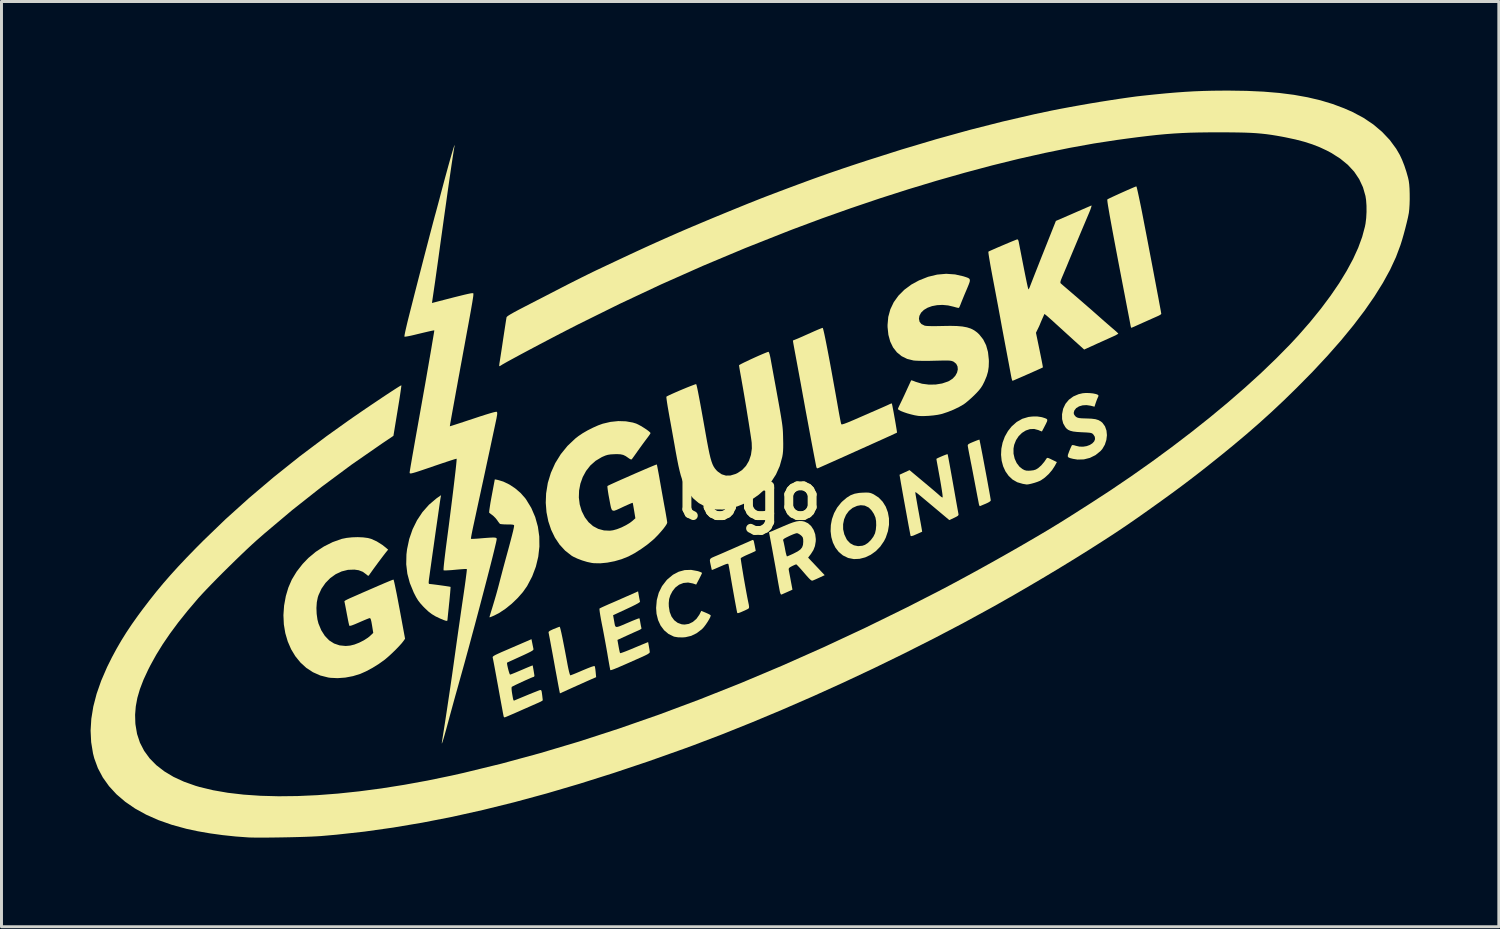
<source format=kicad_pcb>
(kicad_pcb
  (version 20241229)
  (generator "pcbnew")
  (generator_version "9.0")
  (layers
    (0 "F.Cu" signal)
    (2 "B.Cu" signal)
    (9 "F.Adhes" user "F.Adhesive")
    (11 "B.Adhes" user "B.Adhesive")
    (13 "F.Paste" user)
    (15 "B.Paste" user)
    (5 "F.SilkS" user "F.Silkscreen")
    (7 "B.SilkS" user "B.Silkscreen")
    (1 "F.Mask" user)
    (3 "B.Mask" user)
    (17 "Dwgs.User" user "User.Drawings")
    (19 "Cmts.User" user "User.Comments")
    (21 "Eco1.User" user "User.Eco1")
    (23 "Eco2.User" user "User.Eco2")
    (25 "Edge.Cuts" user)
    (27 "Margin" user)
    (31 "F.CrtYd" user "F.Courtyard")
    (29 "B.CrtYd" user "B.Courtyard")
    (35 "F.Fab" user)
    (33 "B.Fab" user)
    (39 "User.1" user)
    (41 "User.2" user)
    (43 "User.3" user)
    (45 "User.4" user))
  (footprint "logo"
    (layer "F.Cu")
    (at 22.146 13.628)
    (property "Reference" "logo" (at 0 0 0) (layer "F.SilkS") (effects (font (size 1.5 1.5) (thickness 0.3))))
    (attr board_only exclude_from_pos_files exclude_from_bom)
    (fp_poly (pts (xy 7.775 -1.878) (xy 7.782 -1.851) (xy 7.796 -1.782) (xy 7.817 -1.678) (xy 7.843 -1.543) (xy 7.874 -1.385) (xy 7.907 -1.21) (xy 7.942 -1.023) (xy 7.978 -0.831) (xy 8.014 -0.639) (xy 8.048 -0.454) (xy 8.079 -0.282) (xy 8.107 -0.129) (xy 8.13 -0.001) (xy 8.146 0.095) (xy 8.156 0.155) (xy 8.157 0.17) (xy 8.134 0.2) (xy 8.07 0.24) (xy 7.982 0.281) (xy 7.896 0.316) (xy 7.829 0.345) (xy 7.792 0.36) (xy 7.79 0.361) (xy 7.774 0.345) (xy 7.758 0.296) (xy 7.756 0.288) (xy 7.747 0.238) (xy 7.73 0.15) (xy 7.707 0.033) (xy 7.681 -0.104) (xy 7.657 -0.232) (xy 7.622 -0.415) (xy 7.582 -0.625) (xy 7.541 -0.84) (xy 7.502 -1.041) (xy 7.485 -1.123) (xy 7.457 -1.271) (xy 7.43 -1.406) (xy 7.408 -1.521) (xy 7.393 -1.605) (xy 7.385 -1.649) (xy 7.381 -1.684) (xy 7.39 -1.711) (xy 7.419 -1.735) (xy 7.476 -1.764) (xy 7.571 -1.804) (xy 7.66 -1.84) (xy 7.729 -1.866) (xy 7.77 -1.878)) (stroke (width 0) (type solid)) (fill yes) (layer "F.SilkS"))
    (fp_poly (pts (xy -6.344 4.443) (xy -6.325 4.512) (xy -6.298 4.627) (xy -6.264 4.788) (xy -6.223 4.996) (xy -6.173 5.252) (xy -6.116 5.555) (xy -6.09 5.697) (xy -6.065 5.822) (xy -6.041 5.929) (xy -6.019 6.008) (xy -6.003 6.051) (xy -5.997 6.057) (xy -5.967 6.047) (xy -5.9 6.022) (xy -5.804 5.983) (xy -5.687 5.934) (xy -5.581 5.888) (xy -5.417 5.82) (xy -5.296 5.773) (xy -5.216 5.748) (xy -5.178 5.745) (xy -5.175 5.748) (xy -5.165 5.785) (xy -5.154 5.856) (xy -5.144 5.945) (xy -5.144 5.947) (xy -5.128 6.118) (xy -5.281 6.184) (xy -5.351 6.215) (xy -5.457 6.262) (xy -5.586 6.32) (xy -5.731 6.385) (xy -5.881 6.452) (xy -5.891 6.457) (xy -6.347 6.663) (xy -6.373 6.537) (xy -6.383 6.484) (xy -6.401 6.389) (xy -6.425 6.259) (xy -6.454 6.1) (xy -6.488 5.919) (xy -6.524 5.721) (xy -6.558 5.532) (xy -6.595 5.33) (xy -6.63 5.142) (xy -6.661 4.974) (xy -6.687 4.831) (xy -6.709 4.72) (xy -6.723 4.645) (xy -6.73 4.613) (xy -6.724 4.588) (xy -6.687 4.558) (xy -6.613 4.521) (xy -6.559 4.497) (xy -6.471 4.462) (xy -6.401 4.435) (xy -6.36 4.421) (xy -6.355 4.421)) (stroke (width 0) (type solid)) (fill yes) (layer "F.SilkS"))
    (fp_poly (pts (xy -1.709 2.547) (xy -1.679 2.556) (xy -1.613 2.58) (xy -1.571 2.601) (xy -1.563 2.609) (xy -1.574 2.637) (xy -1.602 2.697) (xy -1.643 2.778) (xy -1.661 2.813) (xy -1.76 3.001) (xy -1.871 2.963) (xy -2.032 2.932) (xy -2.189 2.947) (xy -2.336 3.005) (xy -2.464 3.103) (xy -2.559 3.225) (xy -2.63 3.36) (xy -2.67 3.486) (xy -2.684 3.625) (xy -2.681 3.737) (xy -2.652 3.921) (xy -2.591 4.077) (xy -2.5 4.201) (xy -2.384 4.289) (xy -2.246 4.339) (xy -2.149 4.347) (xy -2.007 4.324) (xy -1.872 4.258) (xy -1.752 4.155) (xy -1.657 4.021) (xy -1.647 4.003) (xy -1.588 3.886) (xy -1.429 3.952) (xy -1.351 3.987) (xy -1.294 4.018) (xy -1.27 4.038) (xy -1.27 4.038) (xy -1.284 4.091) (xy -1.323 4.168) (xy -1.378 4.26) (xy -1.442 4.354) (xy -1.508 4.44) (xy -1.568 4.504) (xy -1.573 4.508) (xy -1.75 4.641) (xy -1.93 4.728) (xy -2.12 4.772) (xy -2.207 4.779) (xy -2.366 4.777) (xy -2.49 4.757) (xy -2.519 4.748) (xy -2.692 4.663) (xy -2.839 4.539) (xy -2.957 4.382) (xy -3.043 4.196) (xy -3.095 3.985) (xy -3.109 3.786) (xy -3.086 3.52) (xy -3.02 3.276) (xy -2.911 3.055) (xy -2.759 2.857) (xy -2.721 2.818) (xy -2.541 2.669) (xy -2.349 2.568) (xy -2.145 2.513) (xy -1.931 2.506)) (stroke (width 0) (type solid)) (fill yes) (layer "F.SilkS"))
    (fp_poly (pts (xy -10.363 0.07) (xy -10.369 0.105) (xy -10.381 0.183) (xy -10.398 0.299) (xy -10.419 0.448) (xy -10.444 0.623) (xy -10.472 0.819) (xy -10.503 1.032) (xy -10.535 1.255) (xy -10.567 1.483) (xy -10.599 1.711) (xy -10.631 1.934) (xy -10.661 2.146) (xy -10.688 2.342) (xy -10.713 2.516) (xy -10.733 2.663) (xy -10.749 2.777) (xy -10.759 2.851) (xy -10.766 2.929) (xy -10.76 2.969) (xy -10.742 2.981) (xy -10.696 2.984) (xy -10.617 2.993) (xy -10.516 3.006) (xy -10.403 3.021) (xy -10.289 3.037) (xy -10.184 3.052) (xy -10.099 3.065) (xy -10.044 3.075) (xy -10.029 3.079) (xy -10.029 3.105) (xy -10.034 3.173) (xy -10.042 3.275) (xy -10.054 3.405) (xy -10.068 3.556) (xy -10.077 3.639) (xy -10.093 3.798) (xy -10.108 3.94) (xy -10.12 4.059) (xy -10.129 4.148) (xy -10.134 4.198) (xy -10.135 4.207) (xy -10.146 4.222) (xy -10.183 4.22) (xy -10.251 4.198) (xy -10.355 4.155) (xy -10.38 4.144) (xy -10.532 4.072) (xy -10.66 3.995) (xy -10.78 3.903) (xy -10.905 3.784) (xy -10.96 3.728) (xy -11.049 3.628) (xy -11.122 3.533) (xy -11.187 3.427) (xy -11.256 3.293) (xy -11.269 3.267) (xy -11.399 2.951) (xy -11.483 2.637) (xy -11.521 2.318) (xy -11.514 1.988) (xy -11.493 1.812) (xy -11.42 1.467) (xy -11.307 1.14) (xy -11.157 0.836) (xy -10.973 0.559) (xy -10.756 0.314) (xy -10.51 0.105) (xy -10.461 0.07) (xy -10.348 -0.008)) (stroke (width 0) (type solid)) (fill yes) (layer "F.SilkS"))
    (fp_poly (pts (xy 13.067 -10.381) (xy 13.084 -10.315) (xy 13.108 -10.21) (xy 13.138 -10.072) (xy 13.173 -9.906) (xy 13.212 -9.717) (xy 13.254 -9.508) (xy 13.28 -9.372) (xy 13.335 -9.086) (xy 13.392 -8.792) (xy 13.449 -8.495) (xy 13.505 -8.199) (xy 13.561 -7.907) (xy 13.615 -7.624) (xy 13.666 -7.353) (xy 13.714 -7.099) (xy 13.758 -6.865) (xy 13.798 -6.656) (xy 13.831 -6.475) (xy 13.859 -6.326) (xy 13.88 -6.213) (xy 13.892 -6.14) (xy 13.897 -6.112) (xy 13.876 -6.09) (xy 13.823 -6.058) (xy 13.769 -6.033) (xy 13.702 -6.003) (xy 13.602 -5.959) (xy 13.479 -5.904) (xy 13.345 -5.844) (xy 13.268 -5.81) (xy 13.144 -5.754) (xy 13.037 -5.706) (xy 12.953 -5.669) (xy 12.9 -5.647) (xy 12.886 -5.642) (xy 12.876 -5.663) (xy 12.863 -5.716) (xy 12.86 -5.733) (xy 12.852 -5.776) (xy 12.836 -5.862) (xy 12.813 -5.984) (xy 12.783 -6.138) (xy 12.748 -6.319) (xy 12.709 -6.521) (xy 12.668 -6.738) (xy 12.639 -6.887) (xy 12.543 -7.387) (xy 12.456 -7.839) (xy 12.379 -8.246) (xy 12.311 -8.607) (xy 12.252 -8.923) (xy 12.202 -9.196) (xy 12.16 -9.426) (xy 12.128 -9.614) (xy 12.103 -9.761) (xy 12.087 -9.868) (xy 12.08 -9.935) (xy 12.08 -9.964) (xy 12.08 -9.964) (xy 12.109 -9.981) (xy 12.174 -10.013) (xy 12.267 -10.057) (xy 12.38 -10.109) (xy 12.505 -10.166) (xy 12.634 -10.224) (xy 12.76 -10.28) (xy 12.873 -10.329) (xy 12.965 -10.369) (xy 13.03 -10.395) (xy 13.057 -10.404)) (stroke (width 0) (type solid)) (fill yes) (layer "F.SilkS"))
    (fp_poly (pts (xy 4.035 -0.095) (xy 4.096 -0.085) (xy 4.155 -0.065) (xy 4.217 -0.036) (xy 4.383 0.071) (xy 4.518 0.212) (xy 4.622 0.379) (xy 4.693 0.569) (xy 4.73 0.773) (xy 4.731 0.988) (xy 4.695 1.205) (xy 4.622 1.421) (xy 4.562 1.54) (xy 4.437 1.722) (xy 4.286 1.876) (xy 4.115 1.998) (xy 3.931 2.085) (xy 3.74 2.134) (xy 3.549 2.143) (xy 3.364 2.107) (xy 3.351 2.103) (xy 3.181 2.02) (xy 3.04 1.903) (xy 2.927 1.757) (xy 2.843 1.588) (xy 2.789 1.402) (xy 2.765 1.203) (xy 2.773 1) (xy 2.778 0.969) (xy 3.186 0.969) (xy 3.187 1.14) (xy 3.226 1.311) (xy 3.303 1.473) (xy 3.323 1.504) (xy 3.423 1.609) (xy 3.548 1.678) (xy 3.689 1.707) (xy 3.834 1.694) (xy 3.921 1.664) (xy 4.021 1.599) (xy 4.12 1.502) (xy 4.204 1.389) (xy 4.26 1.275) (xy 4.261 1.271) (xy 4.288 1.15) (xy 4.3 1.007) (xy 4.296 0.865) (xy 4.275 0.746) (xy 4.274 0.742) (xy 4.222 0.622) (xy 4.146 0.507) (xy 4.059 0.417) (xy 4.036 0.4) (xy 3.913 0.342) (xy 3.78 0.329) (xy 3.655 0.352) (xy 3.505 0.419) (xy 3.38 0.522) (xy 3.284 0.653) (xy 3.219 0.804) (xy 3.186 0.969) (xy 2.778 0.969) (xy 2.811 0.796) (xy 2.882 0.597) (xy 2.985 0.41) (xy 3.121 0.24) (xy 3.168 0.194) (xy 3.307 0.076) (xy 3.437 -0.006) (xy 3.574 -0.058) (xy 3.73 -0.086) (xy 3.841 -0.093) (xy 3.954 -0.097)) (stroke (width 0) (type solid)) (fill yes) (layer "F.SilkS"))
    (fp_poly (pts (xy -8.452 -0.525) (xy -8.253 -0.466) (xy -8.05 -0.368) (xy -7.853 -0.238) (xy -7.671 -0.082) (xy -7.516 0.093) (xy -7.486 0.134) (xy -7.311 0.421) (xy -7.179 0.728) (xy -7.089 1.051) (xy -7.042 1.383) (xy -7.038 1.722) (xy -7.076 2.062) (xy -7.157 2.398) (xy -7.281 2.727) (xy -7.448 3.044) (xy -7.454 3.055) (xy -7.597 3.257) (xy -7.773 3.457) (xy -7.971 3.647) (xy -8.181 3.816) (xy -8.393 3.957) (xy -8.56 4.043) (xy -8.644 4.079) (xy -8.692 4.098) (xy -8.714 4.102) (xy -8.719 4.095) (xy -8.712 4.07) (xy -8.693 4.006) (xy -8.665 3.911) (xy -8.628 3.793) (xy -8.597 3.69) (xy -8.547 3.523) (xy -8.493 3.338) (xy -8.442 3.154) (xy -8.399 2.992) (xy -8.388 2.949) (xy -8.356 2.825) (xy -8.314 2.666) (xy -8.266 2.483) (xy -8.214 2.289) (xy -8.161 2.094) (xy -8.133 1.992) (xy -8.061 1.729) (xy -8.003 1.51) (xy -7.957 1.333) (xy -7.923 1.196) (xy -7.901 1.097) (xy -7.89 1.033) (xy -7.889 1.012) (xy -7.898 0.995) (xy -7.933 0.984) (xy -7.999 0.978) (xy -8.106 0.977) (xy -8.115 0.977) (xy -8.216 0.975) (xy -8.3 0.969) (xy -8.354 0.962) (xy -8.365 0.958) (xy -8.392 0.928) (xy -8.433 0.873) (xy -8.456 0.838) (xy -8.518 0.76) (xy -8.592 0.687) (xy -8.614 0.669) (xy -8.674 0.625) (xy -8.717 0.592) (xy -8.727 0.584) (xy -8.729 0.556) (xy -8.722 0.487) (xy -8.707 0.385) (xy -8.687 0.255) (xy -8.66 0.105) (xy -8.643 0.013) (xy -8.539 -0.541)) (stroke (width 0) (type solid)) (fill yes) (layer "F.SilkS"))
    (fp_poly (pts (xy 9.852 -2.639) (xy 9.894 -2.629) (xy 9.985 -2.6) (xy 10.04 -2.575) (xy 10.061 -2.542) (xy 10.051 -2.492) (xy 10.015 -2.414) (xy 9.985 -2.356) (xy 9.94 -2.269) (xy 9.904 -2.201) (xy 9.883 -2.161) (xy 9.879 -2.155) (xy 9.856 -2.16) (xy 9.803 -2.181) (xy 9.757 -2.201) (xy 9.617 -2.238) (xy 9.474 -2.232) (xy 9.336 -2.186) (xy 9.208 -2.106) (xy 9.096 -1.996) (xy 9.007 -1.861) (xy 8.945 -1.704) (xy 8.922 -1.578) (xy 8.923 -1.405) (xy 8.961 -1.238) (xy 9.03 -1.088) (xy 9.126 -0.964) (xy 9.224 -0.888) (xy 9.293 -0.852) (xy 9.356 -0.835) (xy 9.435 -0.832) (xy 9.489 -0.835) (xy 9.594 -0.847) (xy 9.674 -0.872) (xy 9.75 -0.918) (xy 9.854 -1.009) (xy 9.957 -1.13) (xy 10.029 -1.236) (xy 10.045 -1.258) (xy 10.067 -1.265) (xy 10.106 -1.255) (xy 10.171 -1.226) (xy 10.219 -1.202) (xy 10.382 -1.123) (xy 10.314 -0.996) (xy 10.222 -0.855) (xy 10.106 -0.719) (xy 9.976 -0.6) (xy 9.847 -0.51) (xy 9.809 -0.49) (xy 9.727 -0.457) (xy 9.628 -0.424) (xy 9.526 -0.396) (xy 9.436 -0.376) (xy 9.371 -0.368) (xy 9.356 -0.369) (xy 9.325 -0.375) (xy 9.264 -0.385) (xy 9.23 -0.391) (xy 9.048 -0.444) (xy 8.89 -0.535) (xy 8.758 -0.659) (xy 8.652 -0.809) (xy 8.573 -0.981) (xy 8.523 -1.169) (xy 8.503 -1.368) (xy 8.513 -1.573) (xy 8.555 -1.778) (xy 8.629 -1.979) (xy 8.737 -2.169) (xy 8.858 -2.321) (xy 9.029 -2.473) (xy 9.218 -2.58) (xy 9.426 -2.642) (xy 9.559 -2.657) (xy 9.721 -2.658)) (stroke (width 0) (type solid)) (fill yes) (layer "F.SilkS"))
    (fp_poly (pts (xy 0.166 1.508) (xy 0.181 1.543) (xy 0.195 1.612) (xy 0.212 1.694) (xy 0.227 1.773) (xy 0.239 1.836) (xy 0.244 1.866) (xy 0.244 1.867) (xy 0.223 1.879) (xy 0.166 1.906) (xy 0.083 1.944) (xy -0.003 1.981) (xy -0.104 2.026) (xy -0.187 2.067) (xy -0.242 2.098) (xy -0.26 2.114) (xy -0.259 2.143) (xy -0.249 2.214) (xy -0.233 2.318) (xy -0.212 2.45) (xy -0.187 2.601) (xy -0.16 2.765) (xy -0.13 2.935) (xy -0.1 3.103) (xy -0.071 3.263) (xy -0.044 3.408) (xy -0.02 3.53) (xy -0.011 3.573) (xy 0.011 3.678) (xy 0.02 3.745) (xy 0.017 3.786) (xy -0.001 3.81) (xy -0.034 3.829) (xy -0.043 3.834) (xy -0.171 3.893) (xy -0.262 3.933) (xy -0.322 3.955) (xy -0.357 3.963) (xy -0.375 3.957) (xy -0.379 3.95) (xy -0.387 3.915) (xy -0.402 3.838) (xy -0.423 3.726) (xy -0.449 3.587) (xy -0.478 3.427) (xy -0.509 3.252) (xy -0.541 3.071) (xy -0.573 2.888) (xy -0.599 2.735) (xy -0.621 2.603) (xy -0.642 2.485) (xy -0.659 2.391) (xy -0.671 2.332) (xy -0.674 2.317) (xy -0.685 2.302) (xy -0.71 2.3) (xy -0.757 2.313) (xy -0.834 2.343) (xy -0.946 2.392) (xy -0.957 2.396) (xy -1.062 2.442) (xy -1.148 2.479) (xy -1.208 2.502) (xy -1.233 2.51) (xy -1.233 2.51) (xy -1.24 2.485) (xy -1.254 2.424) (xy -1.272 2.34) (xy -1.275 2.327) (xy -1.294 2.234) (xy -1.299 2.173) (xy -1.281 2.132) (xy -1.236 2.099) (xy -1.156 2.063) (xy -1.111 2.044) (xy -1.047 2.017) (xy -0.946 1.974) (xy -0.817 1.918) (xy -0.67 1.853) (xy -0.511 1.784) (xy -0.427 1.747) (xy -0.276 1.68) (xy -0.138 1.62) (xy -0.021 1.569) (xy 0.068 1.529) (xy 0.124 1.505) (xy 0.139 1.498)) (stroke (width 0) (type solid)) (fill yes) (layer "F.SilkS"))
    (fp_poly (pts (xy 11.48 -3.446) (xy 11.599 -3.434) (xy 11.699 -3.413) (xy 11.75 -3.394) (xy 11.78 -3.371) (xy 11.78 -3.34) (xy 11.763 -3.302) (xy 11.736 -3.24) (xy 11.704 -3.155) (xy 11.689 -3.112) (xy 11.648 -2.987) (xy 11.521 -3.02) (xy 11.381 -3.041) (xy 11.247 -3.033) (xy 11.128 -2.998) (xy 11.033 -2.94) (xy 10.973 -2.863) (xy 10.965 -2.843) (xy 10.949 -2.779) (xy 10.957 -2.733) (xy 10.984 -2.691) (xy 11.02 -2.65) (xy 11.065 -2.623) (xy 11.127 -2.605) (xy 11.217 -2.596) (xy 11.344 -2.592) (xy 11.376 -2.591) (xy 11.548 -2.584) (xy 11.681 -2.567) (xy 11.784 -2.535) (xy 11.867 -2.487) (xy 11.917 -2.444) (xy 12.002 -2.326) (xy 12.052 -2.184) (xy 12.067 -2.028) (xy 12.048 -1.867) (xy 11.997 -1.709) (xy 11.913 -1.565) (xy 11.847 -1.49) (xy 11.682 -1.357) (xy 11.493 -1.264) (xy 11.29 -1.213) (xy 11.08 -1.207) (xy 10.929 -1.231) (xy 10.83 -1.256) (xy 10.771 -1.281) (xy 10.748 -1.316) (xy 10.755 -1.371) (xy 10.787 -1.458) (xy 10.799 -1.49) (xy 10.835 -1.578) (xy 10.867 -1.648) (xy 10.887 -1.688) (xy 10.89 -1.692) (xy 10.922 -1.696) (xy 10.982 -1.684) (xy 11.013 -1.673) (xy 11.14 -1.644) (xy 11.266 -1.641) (xy 11.385 -1.66) (xy 11.491 -1.699) (xy 11.577 -1.754) (xy 11.638 -1.82) (xy 11.667 -1.895) (xy 11.659 -1.974) (xy 11.618 -2.041) (xy 11.592 -2.07) (xy 11.565 -2.09) (xy 11.528 -2.103) (xy 11.472 -2.112) (xy 11.388 -2.119) (xy 11.267 -2.125) (xy 11.231 -2.126) (xy 11.061 -2.137) (xy 10.932 -2.152) (xy 10.835 -2.176) (xy 10.761 -2.209) (xy 10.704 -2.255) (xy 10.667 -2.299) (xy 10.594 -2.426) (xy 10.558 -2.569) (xy 10.556 -2.733) (xy 10.593 -2.918) (xy 10.671 -3.083) (xy 10.786 -3.222) (xy 10.936 -3.332) (xy 11.115 -3.409) (xy 11.25 -3.44) (xy 11.358 -3.449)) (stroke (width 0) (type solid)) (fill yes) (layer "F.SilkS"))
    (fp_poly (pts (xy -3.689 3.385) (xy -3.673 3.471) (xy -3.659 3.54) (xy -3.65 3.573) (xy -3.663 3.594) (xy -3.715 3.629) (xy -3.807 3.679) (xy -3.942 3.746) (xy -4.097 3.819) (xy -4.557 4.032) (xy -4.52 4.24) (xy -4.507 4.317) (xy -4.495 4.374) (xy -4.478 4.41) (xy -4.449 4.427) (xy -4.403 4.424) (xy -4.334 4.402) (xy -4.234 4.361) (xy -4.097 4.302) (xy -4.026 4.272) (xy -3.907 4.221) (xy -3.804 4.18) (xy -3.726 4.15) (xy -3.681 4.136) (xy -3.672 4.135) (xy -3.663 4.163) (xy -3.65 4.225) (xy -3.637 4.3) (xy -3.622 4.383) (xy -3.608 4.446) (xy -3.6 4.474) (xy -3.613 4.494) (xy -3.66 4.523) (xy -3.705 4.544) (xy -3.773 4.574) (xy -3.872 4.618) (xy -3.989 4.671) (xy -4.112 4.727) (xy -4.116 4.729) (xy -4.411 4.864) (xy -4.373 5.08) (xy -4.355 5.177) (xy -4.338 5.255) (xy -4.325 5.302) (xy -4.321 5.31) (xy -4.295 5.306) (xy -4.232 5.285) (xy -4.14 5.251) (xy -4.027 5.206) (xy -3.954 5.176) (xy -3.823 5.121) (xy -3.698 5.069) (xy -3.591 5.024) (xy -3.512 4.992) (xy -3.49 4.983) (xy -3.378 4.937) (xy -3.35 5.091) (xy -3.335 5.177) (xy -3.325 5.247) (xy -3.322 5.281) (xy -3.343 5.309) (xy -3.401 5.348) (xy -3.486 5.391) (xy -3.755 5.512) (xy -3.982 5.613) (xy -4.17 5.696) (xy -4.323 5.762) (xy -4.443 5.813) (xy -4.533 5.849) (xy -4.595 5.871) (xy -4.634 5.881) (xy -4.651 5.88) (xy -4.652 5.878) (xy -4.658 5.847) (xy -4.672 5.774) (xy -4.691 5.668) (xy -4.714 5.537) (xy -4.74 5.387) (xy -4.75 5.324) (xy -4.785 5.127) (xy -4.825 4.906) (xy -4.867 4.679) (xy -4.907 4.467) (xy -4.938 4.314) (xy -4.966 4.166) (xy -4.989 4.034) (xy -5.006 3.926) (xy -5.015 3.849) (xy -5.016 3.811) (xy -5.015 3.808) (xy -4.986 3.792) (xy -4.921 3.76) (xy -4.83 3.719) (xy -4.722 3.671) (xy -4.714 3.667) (xy -4.585 3.612) (xy -4.429 3.544) (xy -4.264 3.471) (xy -4.108 3.402) (xy -4.075 3.388) (xy -3.716 3.229)) (stroke (width 0) (type solid)) (fill yes) (layer "F.SilkS"))
    (fp_poly (pts (xy 6.71 -1.363) (xy 6.724 -1.294) (xy 6.744 -1.188) (xy 6.77 -1.049) (xy 6.8 -0.882) (xy 6.834 -0.693) (xy 6.871 -0.486) (xy 6.886 -0.402) (xy 6.924 -0.188) (xy 6.959 0.012) (xy 6.991 0.194) (xy 7.019 0.35) (xy 7.042 0.477) (xy 7.059 0.569) (xy 7.068 0.619) (xy 7.07 0.627) (xy 7.07 0.657) (xy 7.05 0.685) (xy 7 0.716) (xy 6.922 0.755) (xy 6.761 0.83) (xy 6.259 0.409) (xy 6.086 0.264) (xy 5.947 0.148) (xy 5.839 0.057) (xy 5.757 -0.011) (xy 5.698 -0.059) (xy 5.658 -0.089) (xy 5.634 -0.106) (xy 5.621 -0.11) (xy 5.617 -0.106) (xy 5.617 -0.095) (xy 5.619 -0.082) (xy 5.619 -0.081) (xy 5.623 -0.046) (xy 5.636 0.031) (xy 5.655 0.141) (xy 5.679 0.279) (xy 5.707 0.438) (xy 5.736 0.592) (xy 5.766 0.76) (xy 5.794 0.912) (xy 5.817 1.04) (xy 5.834 1.138) (xy 5.844 1.201) (xy 5.847 1.221) (xy 5.825 1.231) (xy 5.769 1.256) (xy 5.689 1.292) (xy 5.656 1.306) (xy 5.555 1.35) (xy 5.491 1.369) (xy 5.461 1.366) (xy 5.458 1.361) (xy 5.451 1.331) (xy 5.437 1.259) (xy 5.417 1.152) (xy 5.391 1.016) (xy 5.362 0.857) (xy 5.33 0.681) (xy 5.296 0.494) (xy 5.261 0.302) (xy 5.226 0.11) (xy 5.193 -0.074) (xy 5.163 -0.245) (xy 5.136 -0.397) (xy 5.114 -0.525) (xy 5.098 -0.621) (xy 5.088 -0.68) (xy 5.086 -0.696) (xy 5.11 -0.708) (xy 5.166 -0.734) (xy 5.244 -0.77) (xy 5.257 -0.776) (xy 5.422 -0.852) (xy 5.892 -0.459) (xy 6.026 -0.347) (xy 6.152 -0.241) (xy 6.263 -0.147) (xy 6.353 -0.07) (xy 6.416 -0.015) (xy 6.441 0.008) (xy 6.491 0.05) (xy 6.527 0.069) (xy 6.534 0.068) (xy 6.537 0.037) (xy 6.529 -0.043) (xy 6.511 -0.17) (xy 6.483 -0.344) (xy 6.445 -0.566) (xy 6.398 -0.824) (xy 6.374 -0.957) (xy 6.353 -1.072) (xy 6.337 -1.161) (xy 6.328 -1.216) (xy 6.326 -1.23) (xy 6.346 -1.244) (xy 6.4 -1.271) (xy 6.473 -1.303) (xy 6.553 -1.337) (xy 6.627 -1.366) (xy 6.681 -1.385) (xy 6.704 -1.388)) (stroke (width 0) (type solid)) (fill yes) (layer "F.SilkS"))
    (fp_poly (pts (xy 2.509 -5.618) (xy 2.528 -5.547) (xy 2.555 -5.43) (xy 2.589 -5.268) (xy 2.63 -5.061) (xy 2.678 -4.813) (xy 2.733 -4.522) (xy 2.794 -4.191) (xy 2.861 -3.819) (xy 2.935 -3.41) (xy 3.014 -2.963) (xy 3.044 -2.792) (xy 3.068 -2.662) (xy 3.09 -2.548) (xy 3.108 -2.459) (xy 3.122 -2.405) (xy 3.126 -2.394) (xy 3.156 -2.392) (xy 3.228 -2.413) (xy 3.344 -2.457) (xy 3.503 -2.524) (xy 3.544 -2.541) (xy 3.713 -2.615) (xy 3.904 -2.698) (xy 4.097 -2.783) (xy 4.273 -2.859) (xy 4.328 -2.883) (xy 4.458 -2.94) (xy 4.576 -2.992) (xy 4.672 -3.035) (xy 4.739 -3.066) (xy 4.764 -3.078) (xy 4.807 -3.095) (xy 4.826 -3.095) (xy 4.833 -3.069) (xy 4.847 -3.005) (xy 4.865 -2.91) (xy 4.887 -2.794) (xy 4.91 -2.665) (xy 4.934 -2.532) (xy 4.956 -2.404) (xy 4.975 -2.289) (xy 4.99 -2.197) (xy 4.999 -2.135) (xy 5 -2.114) (xy 4.977 -2.103) (xy 4.918 -2.076) (xy 4.83 -2.035) (xy 4.721 -1.985) (xy 4.665 -1.96) (xy 4.591 -1.926) (xy 4.482 -1.877) (xy 4.345 -1.815) (xy 4.184 -1.743) (xy 4.005 -1.662) (xy 3.813 -1.576) (xy 3.613 -1.486) (xy 3.411 -1.395) (xy 3.211 -1.305) (xy 3.019 -1.219) (xy 2.84 -1.139) (xy 2.68 -1.068) (xy 2.543 -1.007) (xy 2.435 -0.959) (xy 2.361 -0.926) (xy 2.327 -0.911) (xy 2.3 -0.922) (xy 2.285 -0.956) (xy 2.274 -1.007) (xy 2.256 -1.1) (xy 2.231 -1.23) (xy 2.2 -1.391) (xy 2.165 -1.576) (xy 2.126 -1.781) (xy 2.085 -1.999) (xy 2.043 -2.225) (xy 2.001 -2.453) (xy 1.959 -2.677) (xy 1.919 -2.892) (xy 1.883 -3.091) (xy 1.851 -3.269) (xy 1.845 -3.297) (xy 1.805 -3.52) (xy 1.761 -3.763) (xy 1.715 -4.01) (xy 1.671 -4.249) (xy 1.631 -4.466) (xy 1.601 -4.627) (xy 1.571 -4.789) (xy 1.544 -4.934) (xy 1.522 -5.055) (xy 1.506 -5.147) (xy 1.498 -5.202) (xy 1.496 -5.215) (xy 1.52 -5.225) (xy 1.575 -5.247) (xy 1.605 -5.259) (xy 1.662 -5.282) (xy 1.754 -5.322) (xy 1.869 -5.373) (xy 1.999 -5.431) (xy 2.087 -5.47) (xy 2.214 -5.527) (xy 2.327 -5.576) (xy 2.417 -5.613) (xy 2.477 -5.636) (xy 2.498 -5.642)) (stroke (width 0) (type solid)) (fill yes) (layer "F.SilkS"))
    (fp_poly (pts (xy 1.8 0.863) (xy 1.881 0.879) (xy 2.005 0.937) (xy 2.111 1.033) (xy 2.193 1.159) (xy 2.247 1.308) (xy 2.267 1.47) (xy 2.264 1.548) (xy 2.238 1.705) (xy 2.186 1.839) (xy 2.101 1.973) (xy 2.092 1.984) (xy 2.008 2.094) (xy 2.287 2.389) (xy 2.566 2.684) (xy 2.383 2.769) (xy 2.291 2.811) (xy 2.213 2.845) (xy 2.161 2.866) (xy 2.154 2.868) (xy 2.128 2.866) (xy 2.091 2.842) (xy 2.038 2.792) (xy 1.965 2.712) (xy 1.869 2.601) (xy 1.785 2.504) (xy 1.71 2.42) (xy 1.652 2.359) (xy 1.616 2.325) (xy 1.608 2.32) (xy 1.575 2.33) (xy 1.515 2.357) (xy 1.465 2.381) (xy 1.396 2.419) (xy 1.362 2.449) (xy 1.354 2.483) (xy 1.357 2.51) (xy 1.366 2.559) (xy 1.382 2.645) (xy 1.403 2.754) (xy 1.425 2.874) (xy 1.481 3.172) (xy 1.308 3.25) (xy 1.222 3.288) (xy 1.152 3.319) (xy 1.111 3.337) (xy 1.107 3.338) (xy 1.085 3.323) (xy 1.063 3.265) (xy 1.053 3.22) (xy 1.041 3.155) (xy 1.022 3.053) (xy 0.998 2.922) (xy 0.972 2.771) (xy 0.944 2.612) (xy 0.94 2.589) (xy 0.907 2.4) (xy 0.869 2.193) (xy 0.831 1.984) (xy 0.796 1.791) (xy 0.772 1.665) (xy 0.742 1.502) (xy 1.166 1.502) (xy 1.171 1.524) (xy 1.184 1.569) (xy 1.201 1.65) (xy 1.222 1.752) (xy 1.233 1.813) (xy 1.253 1.914) (xy 1.273 1.994) (xy 1.289 2.042) (xy 1.297 2.052) (xy 1.327 2.042) (xy 1.39 2.015) (xy 1.475 1.977) (xy 1.525 1.953) (xy 1.657 1.884) (xy 1.748 1.819) (xy 1.805 1.749) (xy 1.835 1.666) (xy 1.844 1.562) (xy 1.844 1.555) (xy 1.841 1.471) (xy 1.829 1.417) (xy 1.799 1.374) (xy 1.764 1.341) (xy 1.702 1.297) (xy 1.645 1.272) (xy 1.63 1.27) (xy 1.585 1.28) (xy 1.509 1.307) (xy 1.415 1.347) (xy 1.364 1.371) (xy 1.266 1.419) (xy 1.205 1.453) (xy 1.174 1.479) (xy 1.166 1.502) (xy 0.742 1.502) (xy 0.692 1.241) (xy 0.753 1.218) (xy 0.796 1.201) (xy 0.874 1.167) (xy 0.978 1.122) (xy 1.1 1.07) (xy 1.177 1.036) (xy 1.355 0.961) (xy 1.498 0.908) (xy 1.614 0.875) (xy 1.712 0.861)) (stroke (width 0) (type solid)) (fill yes) (layer "F.SilkS"))
    (fp_poly (pts (xy -7.277 4.978) (xy -7.26 5.063) (xy -7.245 5.136) (xy -7.238 5.167) (xy -7.238 5.186) (xy -7.252 5.207) (xy -7.285 5.232) (xy -7.342 5.264) (xy -7.428 5.307) (xy -7.55 5.365) (xy -7.673 5.421) (xy -7.809 5.483) (xy -7.929 5.538) (xy -8.027 5.582) (xy -8.094 5.614) (xy -8.125 5.628) (xy -8.127 5.629) (xy -8.128 5.656) (xy -8.119 5.715) (xy -8.102 5.794) (xy -8.081 5.879) (xy -8.059 5.955) (xy -8.039 6.011) (xy -8.026 6.032) (xy -7.995 6.023) (xy -7.928 5.997) (xy -7.832 5.958) (xy -7.717 5.909) (xy -7.634 5.874) (xy -7.511 5.821) (xy -7.406 5.777) (xy -7.325 5.744) (xy -7.276 5.725) (xy -7.265 5.722) (xy -7.259 5.748) (xy -7.248 5.808) (xy -7.234 5.886) (xy -7.221 5.967) (xy -7.21 6.035) (xy -7.205 6.075) (xy -7.205 6.078) (xy -7.221 6.104) (xy -7.228 6.106) (xy -7.258 6.116) (xy -7.323 6.142) (xy -7.413 6.182) (xy -7.519 6.229) (xy -7.632 6.28) (xy -7.742 6.332) (xy -7.84 6.378) (xy -7.916 6.416) (xy -7.961 6.44) (xy -7.969 6.446) (xy -7.976 6.478) (xy -7.973 6.544) (xy -7.963 6.63) (xy -7.962 6.633) (xy -7.942 6.754) (xy -7.927 6.835) (xy -7.915 6.882) (xy -7.903 6.903) (xy -7.889 6.906) (xy -7.882 6.903) (xy -7.773 6.857) (xy -7.648 6.805) (xy -7.515 6.75) (xy -7.383 6.695) (xy -7.259 6.645) (xy -7.152 6.603) (xy -7.071 6.571) (xy -7.025 6.554) (xy -7.019 6.553) (xy -6.991 6.551) (xy -6.973 6.566) (xy -6.96 6.61) (xy -6.949 6.691) (xy -6.946 6.708) (xy -6.936 6.795) (xy -6.928 6.862) (xy -6.925 6.895) (xy -6.925 6.895) (xy -6.945 6.914) (xy -6.999 6.944) (xy -7.076 6.98) (xy -7.083 6.983) (xy -7.154 7.014) (xy -7.261 7.061) (xy -7.392 7.119) (xy -7.54 7.184) (xy -7.693 7.252) (xy -7.717 7.263) (xy -7.859 7.325) (xy -7.986 7.38) (xy -8.091 7.425) (xy -8.167 7.457) (xy -8.208 7.472) (xy -8.213 7.473) (xy -8.236 7.454) (xy -8.24 7.443) (xy -8.245 7.422) (xy -8.254 7.377) (xy -8.268 7.306) (xy -8.286 7.205) (xy -8.311 7.071) (xy -8.342 6.902) (xy -8.38 6.695) (xy -8.425 6.445) (xy -8.479 6.152) (xy -8.487 6.106) (xy -8.518 5.938) (xy -8.546 5.785) (xy -8.571 5.653) (xy -8.591 5.549) (xy -8.605 5.481) (xy -8.61 5.458) (xy -8.611 5.44) (xy -8.599 5.421) (xy -8.568 5.398) (xy -8.515 5.368) (xy -8.432 5.329) (xy -8.316 5.276) (xy -8.16 5.209) (xy -8.143 5.202) (xy -7.987 5.134) (xy -7.834 5.068) (xy -7.694 5.008) (xy -7.577 4.957) (xy -7.493 4.921) (xy -7.484 4.917) (xy -7.305 4.839)) (stroke (width 0) (type solid)) (fill yes) (layer "F.SilkS"))
    (fp_poly (pts (xy 0.691 -4.813) (xy 0.711 -4.754) (xy 0.732 -4.667) (xy 0.741 -4.622) (xy 0.81 -4.243) (xy 0.871 -3.909) (xy 0.925 -3.616) (xy 0.971 -3.361) (xy 1.011 -3.141) (xy 1.045 -2.952) (xy 1.073 -2.791) (xy 1.096 -2.655) (xy 1.114 -2.54) (xy 1.129 -2.443) (xy 1.14 -2.361) (xy 1.148 -2.29) (xy 1.154 -2.227) (xy 1.158 -2.169) (xy 1.161 -2.112) (xy 1.163 -2.053) (xy 1.165 -1.989) (xy 1.166 -1.926) (xy 1.17 -1.746) (xy 1.169 -1.605) (xy 1.164 -1.491) (xy 1.154 -1.393) (xy 1.138 -1.301) (xy 1.137 -1.294) (xy 1.052 -0.987) (xy 0.925 -0.704) (xy 0.755 -0.441) (xy 0.55 -0.206) (xy 0.345 -0.023) (xy 0.117 0.136) (xy -0.125 0.267) (xy -0.374 0.369) (xy -0.624 0.439) (xy -0.867 0.474) (xy -1.096 0.472) (xy -1.221 0.452) (xy -1.462 0.374) (xy -1.677 0.255) (xy -1.865 0.095) (xy -2.024 -0.103) (xy -2.133 -0.293) (xy -2.185 -0.409) (xy -2.232 -0.532) (xy -2.276 -0.667) (xy -2.317 -0.823) (xy -2.359 -1.006) (xy -2.402 -1.222) (xy -2.45 -1.479) (xy -2.456 -1.514) (xy -2.486 -1.686) (xy -2.523 -1.892) (xy -2.563 -2.116) (xy -2.604 -2.345) (xy -2.644 -2.564) (xy -2.662 -2.662) (xy -2.692 -2.834) (xy -2.719 -2.989) (xy -2.74 -3.122) (xy -2.755 -3.227) (xy -2.763 -3.296) (xy -2.763 -3.324) (xy -2.763 -3.324) (xy -2.73 -3.344) (xy -2.661 -3.378) (xy -2.565 -3.422) (xy -2.45 -3.473) (xy -2.323 -3.528) (xy -2.192 -3.583) (xy -2.066 -3.635) (xy -1.952 -3.68) (xy -1.858 -3.716) (xy -1.792 -3.74) (xy -1.761 -3.747) (xy -1.76 -3.746) (xy -1.749 -3.715) (xy -1.73 -3.638) (xy -1.704 -3.515) (xy -1.671 -3.345) (xy -1.63 -3.129) (xy -1.582 -2.866) (xy -1.526 -2.555) (xy -1.462 -2.196) (xy -1.441 -2.076) (xy -1.394 -1.813) (xy -1.352 -1.594) (xy -1.315 -1.413) (xy -1.28 -1.266) (xy -1.245 -1.146) (xy -1.21 -1.05) (xy -1.172 -0.972) (xy -1.13 -0.908) (xy -1.083 -0.851) (xy -1.031 -0.801) (xy -0.901 -0.711) (xy -0.76 -0.668) (xy -0.607 -0.671) (xy -0.439 -0.721) (xy -0.379 -0.748) (xy -0.216 -0.854) (xy -0.083 -0.995) (xy 0.018 -1.167) (xy 0.084 -1.364) (xy 0.114 -1.582) (xy 0.109 -1.771) (xy 0.101 -1.839) (xy 0.085 -1.95) (xy 0.063 -2.096) (xy 0.036 -2.271) (xy 0.005 -2.469) (xy -0.03 -2.684) (xy -0.066 -2.908) (xy -0.104 -3.137) (xy -0.142 -3.363) (xy -0.179 -3.58) (xy -0.215 -3.782) (xy -0.244 -3.95) (xy -0.269 -4.086) (xy -0.29 -4.205) (xy -0.306 -4.301) (xy -0.315 -4.363) (xy -0.318 -4.382) (xy -0.296 -4.398) (xy -0.238 -4.43) (xy -0.151 -4.474) (xy -0.041 -4.526) (xy 0.081 -4.584) (xy 0.21 -4.643) (xy 0.337 -4.7) (xy 0.455 -4.751) (xy 0.555 -4.793) (xy 0.63 -4.822) (xy 0.672 -4.835) (xy 0.675 -4.836)) (stroke (width 0) (type solid)) (fill yes) (layer "F.SilkS"))
    (fp_poly (pts (xy -12.972 1.412) (xy -12.811 1.433) (xy -12.703 1.462) (xy -12.514 1.547) (xy -12.323 1.667) (xy -12.213 1.754) (xy -12.13 1.825) (xy -12.208 1.92) (xy -12.249 1.972) (xy -12.309 2.051) (xy -12.383 2.149) (xy -12.464 2.257) (xy -12.546 2.369) (xy -12.624 2.475) (xy -12.691 2.569) (xy -12.742 2.64) (xy -12.771 2.683) (xy -12.773 2.687) (xy -12.793 2.705) (xy -12.822 2.694) (xy -12.863 2.659) (xy -12.983 2.571) (xy -13.121 2.518) (xy -13.265 2.497) (xy -13.483 2.505) (xy -13.695 2.558) (xy -13.895 2.651) (xy -14.078 2.782) (xy -14.239 2.946) (xy -14.373 3.139) (xy -14.474 3.358) (xy -14.498 3.431) (xy -14.531 3.596) (xy -14.544 3.788) (xy -14.536 3.988) (xy -14.509 4.181) (xy -14.475 4.313) (xy -14.38 4.541) (xy -14.26 4.729) (xy -14.117 4.878) (xy -13.951 4.984) (xy -13.764 5.048) (xy -13.559 5.068) (xy -13.409 5.055) (xy -13.264 5.019) (xy -13.104 4.957) (xy -12.947 4.877) (xy -12.809 4.788) (xy -12.741 4.732) (xy -12.631 4.628) (xy -12.671 4.378) (xy -12.692 4.259) (xy -12.71 4.183) (xy -12.727 4.142) (xy -12.747 4.129) (xy -12.748 4.129) (xy -12.783 4.139) (xy -12.853 4.166) (xy -12.949 4.206) (xy -13.063 4.255) (xy -13.103 4.273) (xy -13.25 4.336) (xy -13.354 4.376) (xy -13.416 4.391) (xy -13.436 4.387) (xy -13.445 4.354) (xy -13.462 4.283) (xy -13.483 4.182) (xy -13.506 4.06) (xy -13.517 4.005) (xy -13.541 3.876) (xy -13.563 3.76) (xy -13.581 3.668) (xy -13.593 3.61) (xy -13.595 3.598) (xy -13.6 3.583) (xy -13.602 3.571) (xy -13.598 3.558) (xy -13.582 3.544) (xy -13.551 3.525) (xy -13.499 3.499) (xy -13.423 3.463) (xy -13.318 3.417) (xy -13.179 3.356) (xy -13.003 3.278) (xy -12.908 3.237) (xy -12.648 3.124) (xy -12.432 3.03) (xy -12.257 2.955) (xy -12.123 2.899) (xy -12.027 2.86) (xy -11.97 2.838) (xy -11.949 2.833) (xy -11.941 2.856) (xy -11.924 2.923) (xy -11.901 3.027) (xy -11.873 3.164) (xy -11.839 3.33) (xy -11.803 3.518) (xy -11.764 3.725) (xy -11.744 3.828) (xy -11.56 4.824) (xy -11.611 4.897) (xy -11.672 4.975) (xy -11.762 5.075) (xy -11.871 5.188) (xy -11.989 5.303) (xy -12.107 5.412) (xy -12.215 5.505) (xy -12.248 5.532) (xy -12.445 5.673) (xy -12.659 5.806) (xy -12.876 5.922) (xy -13.07 6.008) (xy -13.313 6.083) (xy -13.572 6.132) (xy -13.833 6.151) (xy -14.078 6.139) (xy -14.147 6.129) (xy -14.415 6.061) (xy -14.662 5.951) (xy -14.885 5.805) (xy -15.083 5.624) (xy -15.254 5.413) (xy -15.397 5.176) (xy -15.51 4.915) (xy -15.592 4.635) (xy -15.641 4.339) (xy -15.655 4.03) (xy -15.633 3.711) (xy -15.574 3.388) (xy -15.489 3.102) (xy -15.372 2.832) (xy -15.21 2.565) (xy -15.01 2.308) (xy -14.815 2.105) (xy -14.565 1.897) (xy -14.289 1.717) (xy -13.997 1.571) (xy -13.701 1.466) (xy -13.684 1.461) (xy -13.524 1.429) (xy -13.342 1.41) (xy -13.154 1.404)) (stroke (width 0) (type solid)) (fill yes) (layer "F.SilkS"))
    (fp_poly (pts (xy 6.955 -7.44) (xy 7.23 -7.378) (xy 7.327 -7.347) (xy 7.396 -7.321) (xy 7.438 -7.292) (xy 7.454 -7.251) (xy 7.447 -7.191) (xy 7.417 -7.106) (xy 7.368 -6.986) (xy 7.335 -6.908) (xy 7.279 -6.777) (xy 7.227 -6.651) (xy 7.183 -6.543) (xy 7.151 -6.463) (xy 7.143 -6.441) (xy 7.115 -6.372) (xy 7.092 -6.325) (xy 7.083 -6.314) (xy 7.053 -6.315) (xy 6.991 -6.329) (xy 6.914 -6.351) (xy 6.721 -6.396) (xy 6.531 -6.414) (xy 6.348 -6.405) (xy 6.179 -6.373) (xy 6.029 -6.319) (xy 5.905 -6.245) (xy 5.811 -6.153) (xy 5.754 -6.045) (xy 5.739 -5.948) (xy 5.76 -5.846) (xy 5.821 -5.77) (xy 5.925 -5.718) (xy 5.937 -5.714) (xy 5.993 -5.706) (xy 6.093 -5.701) (xy 6.231 -5.699) (xy 6.402 -5.701) (xy 6.533 -5.704) (xy 6.796 -5.708) (xy 7.017 -5.703) (xy 7.202 -5.687) (xy 7.357 -5.658) (xy 7.487 -5.616) (xy 7.599 -5.558) (xy 7.699 -5.485) (xy 7.767 -5.421) (xy 7.902 -5.251) (xy 8 -5.055) (xy 8.063 -4.829) (xy 8.091 -4.571) (xy 8.093 -4.506) (xy 8.087 -4.328) (xy 8.064 -4.171) (xy 8.019 -4.015) (xy 7.947 -3.843) (xy 7.932 -3.812) (xy 7.881 -3.711) (xy 7.827 -3.626) (xy 7.761 -3.541) (xy 7.673 -3.445) (xy 7.611 -3.383) (xy 7.511 -3.287) (xy 7.406 -3.194) (xy 7.311 -3.115) (xy 7.241 -3.064) (xy 7.089 -2.977) (xy 6.907 -2.889) (xy 6.714 -2.811) (xy 6.528 -2.749) (xy 6.483 -2.737) (xy 6.366 -2.713) (xy 6.221 -2.693) (xy 6.064 -2.679) (xy 5.912 -2.672) (xy 5.782 -2.673) (xy 5.715 -2.678) (xy 5.597 -2.698) (xy 5.472 -2.728) (xy 5.346 -2.763) (xy 5.231 -2.802) (xy 5.134 -2.84) (xy 5.065 -2.875) (xy 5.032 -2.905) (xy 5.031 -2.91) (xy 5.041 -2.942) (xy 5.069 -3.003) (xy 5.107 -3.082) (xy 5.108 -3.084) (xy 5.147 -3.164) (xy 5.2 -3.275) (xy 5.26 -3.403) (xy 5.32 -3.534) (xy 5.328 -3.552) (xy 5.38 -3.665) (xy 5.425 -3.762) (xy 5.458 -3.834) (xy 5.477 -3.872) (xy 5.479 -3.876) (xy 5.504 -3.871) (xy 5.561 -3.852) (xy 5.634 -3.823) (xy 5.843 -3.76) (xy 6.069 -3.731) (xy 6.298 -3.733) (xy 6.519 -3.769) (xy 6.718 -3.836) (xy 6.757 -3.855) (xy 6.875 -3.933) (xy 6.963 -4.028) (xy 7.021 -4.133) (xy 7.047 -4.24) (xy 7.038 -4.341) (xy 6.994 -4.43) (xy 6.913 -4.497) (xy 6.897 -4.506) (xy 6.862 -4.52) (xy 6.824 -4.531) (xy 6.774 -4.538) (xy 6.706 -4.542) (xy 6.613 -4.542) (xy 6.488 -4.54) (xy 6.322 -4.536) (xy 6.265 -4.535) (xy 6.073 -4.53) (xy 5.896 -4.53) (xy 5.743 -4.532) (xy 5.624 -4.537) (xy 5.556 -4.543) (xy 5.342 -4.596) (xy 5.155 -4.688) (xy 4.996 -4.818) (xy 4.868 -4.982) (xy 4.772 -5.18) (xy 4.71 -5.408) (xy 4.683 -5.665) (xy 4.682 -5.739) (xy 4.706 -6.01) (xy 4.776 -6.265) (xy 4.89 -6.504) (xy 5.047 -6.723) (xy 5.245 -6.922) (xy 5.482 -7.098) (xy 5.741 -7.239) (xy 6.046 -7.36) (xy 6.352 -7.434) (xy 6.656 -7.461)) (stroke (width 0) (type solid)) (fill yes) (layer "F.SilkS"))
    (fp_poly (pts (xy -4.128 -2.495) (xy -3.894 -2.454) (xy -3.781 -2.419) (xy -3.708 -2.385) (xy -3.619 -2.337) (xy -3.526 -2.28) (xy -3.437 -2.222) (xy -3.363 -2.167) (xy -3.313 -2.123) (xy -3.297 -2.099) (xy -3.311 -2.07) (xy -3.349 -2.013) (xy -3.402 -1.941) (xy -3.416 -1.923) (xy -3.477 -1.842) (xy -3.556 -1.735) (xy -3.642 -1.616) (xy -3.724 -1.502) (xy -3.795 -1.401) (xy -3.857 -1.314) (xy -3.904 -1.25) (xy -3.93 -1.215) (xy -3.933 -1.212) (xy -3.962 -1.213) (xy -4.013 -1.24) (xy -4.046 -1.264) (xy -4.135 -1.325) (xy -4.218 -1.365) (xy -4.312 -1.385) (xy -4.429 -1.391) (xy -4.525 -1.388) (xy -4.644 -1.381) (xy -4.734 -1.367) (xy -4.815 -1.343) (xy -4.909 -1.303) (xy -4.943 -1.287) (xy -5.148 -1.164) (xy -5.323 -1.008) (xy -5.467 -0.824) (xy -5.579 -0.618) (xy -5.658 -0.396) (xy -5.702 -0.165) (xy -5.71 0.07) (xy -5.681 0.302) (xy -5.614 0.526) (xy -5.508 0.736) (xy -5.382 0.902) (xy -5.232 1.033) (xy -5.057 1.126) (xy -4.865 1.178) (xy -4.665 1.187) (xy -4.559 1.173) (xy -4.425 1.136) (xy -4.274 1.077) (xy -4.124 1.002) (xy -3.991 0.922) (xy -3.912 0.862) (xy -3.807 0.769) (xy -3.849 0.513) (xy -3.867 0.407) (xy -3.882 0.321) (xy -3.893 0.264) (xy -3.898 0.248) (xy -3.921 0.254) (xy -3.98 0.278) (xy -4.067 0.316) (xy -4.172 0.363) (xy -4.198 0.375) (xy -4.341 0.443) (xy -4.446 0.49) (xy -4.52 0.515) (xy -4.57 0.511) (xy -4.604 0.476) (xy -4.629 0.407) (xy -4.652 0.298) (xy -4.68 0.147) (xy -4.685 0.12) (xy -4.711 -0.017) (xy -4.73 -0.138) (xy -4.743 -0.233) (xy -4.749 -0.296) (xy -4.746 -0.317) (xy -4.718 -0.333) (xy -4.652 -0.365) (xy -4.554 -0.41) (xy -4.43 -0.466) (xy -4.287 -0.53) (xy -4.129 -0.599) (xy -3.964 -0.672) (xy -3.798 -0.745) (xy -3.635 -0.815) (xy -3.483 -0.881) (xy -3.347 -0.939) (xy -3.234 -0.986) (xy -3.149 -1.021) (xy -3.098 -1.04) (xy -3.087 -1.043) (xy -3.079 -1.017) (xy -3.065 -0.95) (xy -3.046 -0.849) (xy -3.022 -0.723) (xy -2.996 -0.578) (xy -2.991 -0.547) (xy -2.957 -0.354) (xy -2.919 -0.138) (xy -2.879 0.084) (xy -2.842 0.29) (xy -2.821 0.403) (xy -2.794 0.55) (xy -2.771 0.684) (xy -2.752 0.795) (xy -2.74 0.875) (xy -2.735 0.916) (xy -2.735 0.916) (xy -2.752 0.962) (xy -2.798 1.034) (xy -2.866 1.125) (xy -2.952 1.226) (xy -3.047 1.332) (xy -3.147 1.434) (xy -3.218 1.5) (xy -3.402 1.653) (xy -3.61 1.802) (xy -3.824 1.938) (xy -4.027 2.047) (xy -4.048 2.057) (xy -4.27 2.146) (xy -4.509 2.215) (xy -4.753 2.262) (xy -4.988 2.285) (xy -5.202 2.281) (xy -5.274 2.272) (xy -5.43 2.239) (xy -5.599 2.188) (xy -5.762 2.126) (xy -5.903 2.059) (xy -5.958 2.026) (xy -6.17 1.86) (xy -6.357 1.657) (xy -6.515 1.421) (xy -6.642 1.157) (xy -6.738 0.87) (xy -6.799 0.565) (xy -6.824 0.247) (xy -6.812 -0.066) (xy -6.755 -0.421) (xy -6.651 -0.762) (xy -6.505 -1.087) (xy -6.317 -1.39) (xy -6.091 -1.668) (xy -5.829 -1.916) (xy -5.725 -1.997) (xy -5.586 -2.091) (xy -5.417 -2.189) (xy -5.235 -2.281) (xy -5.057 -2.36) (xy -4.904 -2.415) (xy -4.643 -2.476) (xy -4.381 -2.503)) (stroke (width 0) (type solid)) (fill yes) (layer "F.SilkS"))
    (fp_poly (pts (xy 11.549 -9.746) (xy 11.535 -9.694) (xy 11.507 -9.613) (xy 11.466 -9.512) (xy 11.465 -9.509) (xy 11.349 -9.235) (xy 11.234 -8.963) (xy 11.123 -8.698) (xy 11.019 -8.45) (xy 10.924 -8.224) (xy 10.842 -8.028) (xy 10.776 -7.869) (xy 10.769 -7.852) (xy 10.713 -7.715) (xy 10.655 -7.578) (xy 10.603 -7.454) (xy 10.562 -7.358) (xy 10.554 -7.339) (xy 10.516 -7.245) (xy 10.5 -7.185) (xy 10.503 -7.15) (xy 10.51 -7.141) (xy 10.536 -7.118) (xy 10.593 -7.068) (xy 10.677 -6.996) (xy 10.782 -6.906) (xy 10.902 -6.803) (xy 10.99 -6.727) (xy 11.14 -6.598) (xy 11.298 -6.461) (xy 11.455 -6.325) (xy 11.599 -6.199) (xy 11.72 -6.093) (xy 11.748 -6.068) (xy 11.869 -5.961) (xy 11.995 -5.85) (xy 12.115 -5.746) (xy 12.215 -5.659) (xy 12.248 -5.631) (xy 12.33 -5.561) (xy 12.396 -5.502) (xy 12.438 -5.462) (xy 12.45 -5.449) (xy 12.432 -5.433) (xy 12.378 -5.402) (xy 12.299 -5.363) (xy 12.242 -5.337) (xy 12.142 -5.292) (xy 12.012 -5.233) (xy 11.865 -5.167) (xy 11.718 -5.101) (xy 11.665 -5.076) (xy 11.301 -4.911) (xy 11.066 -5.123) (xy 10.97 -5.209) (xy 10.85 -5.319) (xy 10.715 -5.441) (xy 10.577 -5.567) (xy 10.465 -5.669) (xy 10.349 -5.774) (xy 10.242 -5.872) (xy 10.149 -5.955) (xy 10.078 -6.018) (xy 10.035 -6.054) (xy 10.032 -6.057) (xy 9.964 -6.11) (xy 9.891 -5.947) (xy 9.856 -5.866) (xy 9.83 -5.805) (xy 9.818 -5.775) (xy 9.818 -5.774) (xy 9.808 -5.749) (xy 9.783 -5.692) (xy 9.748 -5.62) (xy 9.678 -5.476) (xy 9.798 -4.897) (xy 9.831 -4.735) (xy 9.86 -4.591) (xy 9.884 -4.47) (xy 9.901 -4.378) (xy 9.91 -4.323) (xy 9.911 -4.31) (xy 9.886 -4.297) (xy 9.825 -4.269) (xy 9.734 -4.228) (xy 9.622 -4.178) (xy 9.496 -4.122) (xy 9.365 -4.064) (xy 9.236 -4.007) (xy 9.116 -3.955) (xy 9.014 -3.911) (xy 8.938 -3.878) (xy 8.894 -3.861) (xy 8.888 -3.859) (xy 8.875 -3.881) (xy 8.858 -3.938) (xy 8.846 -3.999) (xy 8.834 -4.061) (xy 8.815 -4.163) (xy 8.79 -4.297) (xy 8.761 -4.454) (xy 8.728 -4.627) (xy 8.698 -4.787) (xy 8.658 -4.999) (xy 8.614 -5.233) (xy 8.569 -5.473) (xy 8.526 -5.702) (xy 8.489 -5.907) (xy 8.475 -5.984) (xy 8.444 -6.15) (xy 8.407 -6.352) (xy 8.364 -6.579) (xy 8.319 -6.819) (xy 8.273 -7.062) (xy 8.229 -7.294) (xy 8.216 -7.362) (xy 8.18 -7.556) (xy 8.147 -7.736) (xy 8.12 -7.894) (xy 8.098 -8.026) (xy 8.083 -8.125) (xy 8.076 -8.187) (xy 8.077 -8.206) (xy 8.106 -8.222) (xy 8.172 -8.252) (xy 8.267 -8.294) (xy 8.381 -8.344) (xy 8.507 -8.398) (xy 8.637 -8.453) (xy 8.762 -8.506) (xy 8.875 -8.553) (xy 8.967 -8.59) (xy 9.029 -8.614) (xy 9.054 -8.621) (xy 9.078 -8.6) (xy 9.094 -8.554) (xy 9.161 -8.21) (xy 9.219 -7.912) (xy 9.269 -7.658) (xy 9.311 -7.446) (xy 9.346 -7.274) (xy 9.374 -7.139) (xy 9.396 -7.041) (xy 9.412 -6.975) (xy 9.422 -6.942) (xy 9.425 -6.936) (xy 9.442 -6.957) (xy 9.468 -7.011) (xy 9.486 -7.059) (xy 9.505 -7.108) (xy 9.539 -7.196) (xy 9.587 -7.319) (xy 9.647 -7.472) (xy 9.717 -7.649) (xy 9.794 -7.845) (xy 9.877 -8.055) (xy 9.94 -8.212) (xy 10.349 -9.241) (xy 10.932 -9.494) (xy 11.09 -9.563) (xy 11.235 -9.626) (xy 11.359 -9.68) (xy 11.457 -9.722) (xy 11.521 -9.75) (xy 11.546 -9.761)) (stroke (width 0) (type solid)) (fill yes) (layer "F.SilkS"))
    (fp_poly (pts (xy -9.892 -11.788) (xy -9.899 -11.739) (xy -9.9 -11.735) (xy -9.915 -11.653) (xy -9.935 -11.524) (xy -9.962 -11.35) (xy -9.995 -11.132) (xy -10.033 -10.871) (xy -10.077 -10.568) (xy -10.126 -10.227) (xy -10.179 -9.847) (xy -10.238 -9.43) (xy -10.301 -8.978) (xy -10.369 -8.492) (xy -10.44 -7.974) (xy -10.467 -7.781) (xy -10.495 -7.583) (xy -10.522 -7.391) (xy -10.546 -7.219) (xy -10.567 -7.076) (xy -10.577 -7.009) (xy -10.596 -6.878) (xy -10.614 -6.755) (xy -10.629 -6.653) (xy -10.639 -6.585) (xy -10.64 -6.579) (xy -10.654 -6.478) (xy -10.145 -6.61) (xy -9.908 -6.671) (xy -9.714 -6.719) (xy -9.561 -6.757) (xy -9.443 -6.784) (xy -9.359 -6.801) (xy -9.303 -6.809) (xy -9.272 -6.809) (xy -9.265 -6.806) (xy -9.261 -6.796) (xy -9.26 -6.775) (xy -9.262 -6.738) (xy -9.268 -6.683) (xy -9.28 -6.607) (xy -9.296 -6.505) (xy -9.319 -6.374) (xy -9.347 -6.211) (xy -9.383 -6.013) (xy -9.426 -5.775) (xy -9.478 -5.496) (xy -9.514 -5.3) (xy -9.559 -5.051) (xy -9.606 -4.799) (xy -9.651 -4.551) (xy -9.695 -4.315) (xy -9.734 -4.099) (xy -9.769 -3.912) (xy -9.796 -3.761) (xy -9.807 -3.7) (xy -9.842 -3.511) (xy -9.88 -3.3) (xy -9.919 -3.086) (xy -9.955 -2.888) (xy -9.976 -2.772) (xy -10.001 -2.632) (xy -10.023 -2.51) (xy -10.04 -2.414) (xy -10.05 -2.35) (xy -10.053 -2.328) (xy -10.029 -2.334) (xy -9.965 -2.354) (xy -9.866 -2.386) (xy -9.736 -2.428) (xy -9.581 -2.479) (xy -9.407 -2.537) (xy -9.272 -2.581) (xy -9.041 -2.658) (xy -8.853 -2.718) (xy -8.706 -2.763) (xy -8.597 -2.794) (xy -8.522 -2.812) (xy -8.48 -2.816) (xy -8.47 -2.813) (xy -8.458 -2.781) (xy -8.461 -2.717) (xy -8.479 -2.615) (xy -8.482 -2.596) (xy -8.501 -2.506) (xy -8.529 -2.374) (xy -8.565 -2.205) (xy -8.608 -2.005) (xy -8.656 -1.78) (xy -8.708 -1.535) (xy -8.764 -1.276) (xy -8.822 -1.008) (xy -8.88 -0.736) (xy -8.938 -0.467) (xy -8.995 -0.207) (xy -9.002 -0.171) (xy -9.048 0.04) (xy -9.096 0.26) (xy -9.143 0.478) (xy -9.187 0.683) (xy -9.226 0.862) (xy -9.257 1.006) (xy -9.259 1.012) (xy -9.288 1.151) (xy -9.313 1.274) (xy -9.331 1.371) (xy -9.341 1.436) (xy -9.342 1.461) (xy -9.315 1.463) (xy -9.249 1.461) (xy -9.152 1.456) (xy -9.035 1.447) (xy -9.007 1.444) (xy -8.832 1.43) (xy -8.699 1.421) (xy -8.604 1.417) (xy -8.54 1.419) (xy -8.501 1.427) (xy -8.481 1.441) (xy -8.475 1.461) (xy -8.475 1.465) (xy -8.481 1.508) (xy -8.499 1.594) (xy -8.529 1.72) (xy -8.568 1.883) (xy -8.616 2.078) (xy -8.673 2.303) (xy -8.737 2.553) (xy -8.807 2.824) (xy -8.883 3.115) (xy -8.963 3.42) (xy -9.046 3.736) (xy -9.132 4.06) (xy -9.219 4.387) (xy -9.308 4.715) (xy -9.395 5.04) (xy -9.482 5.358) (xy -9.566 5.666) (xy -9.648 5.959) (xy -9.725 6.235) (xy -9.757 6.35) (xy -9.807 6.53) (xy -9.867 6.742) (xy -9.931 6.974) (xy -9.996 7.212) (xy -10.059 7.441) (xy -10.1 7.596) (xy -10.166 7.838) (xy -10.221 8.034) (xy -10.264 8.184) (xy -10.296 8.286) (xy -10.316 8.342) (xy -10.324 8.35) (xy -10.321 8.311) (xy -10.318 8.292) (xy -10.267 7.971) (xy -10.211 7.614) (xy -10.153 7.233) (xy -10.094 6.838) (xy -10.035 6.443) (xy -9.979 6.059) (xy -9.928 5.697) (xy -9.893 5.446) (xy -9.855 5.175) (xy -9.813 4.874) (xy -9.768 4.557) (xy -9.722 4.239) (xy -9.678 3.931) (xy -9.637 3.647) (xy -9.608 3.451) (xy -9.577 3.24) (xy -9.549 3.045) (xy -9.525 2.87) (xy -9.506 2.722) (xy -9.491 2.604) (xy -9.482 2.522) (xy -9.48 2.482) (xy -9.48 2.479) (xy -9.508 2.476) (xy -9.576 2.478) (xy -9.675 2.485) (xy -9.797 2.495) (xy -9.869 2.502) (xy -10 2.514) (xy -10.113 2.521) (xy -10.2 2.525) (xy -10.253 2.523) (xy -10.263 2.52) (xy -10.265 2.492) (xy -10.261 2.421) (xy -10.251 2.314) (xy -10.236 2.177) (xy -10.217 2.016) (xy -10.195 1.837) (xy -10.185 1.757) (xy -10.137 1.39) (xy -10.09 1.034) (xy -10.047 0.693) (xy -10.006 0.37) (xy -9.968 0.067) (xy -9.934 -0.211) (xy -9.904 -0.463) (xy -9.878 -0.685) (xy -9.856 -0.874) (xy -9.84 -1.026) (xy -9.829 -1.14) (xy -9.824 -1.211) (xy -9.825 -1.236) (xy -9.849 -1.231) (xy -9.915 -1.212) (xy -10.015 -1.18) (xy -10.144 -1.138) (xy -10.297 -1.087) (xy -10.468 -1.029) (xy -10.553 -1) (xy -10.774 -0.924) (xy -10.953 -0.863) (xy -11.094 -0.816) (xy -11.203 -0.781) (xy -11.283 -0.758) (xy -11.338 -0.744) (xy -11.374 -0.74) (xy -11.394 -0.743) (xy -11.403 -0.752) (xy -11.406 -0.767) (xy -11.406 -0.77) (xy -11.404 -0.791) (xy -11.397 -0.835) (xy -11.386 -0.904) (xy -11.37 -1.001) (xy -11.348 -1.128) (xy -11.321 -1.286) (xy -11.287 -1.478) (xy -11.247 -1.707) (xy -11.2 -1.973) (xy -11.145 -2.279) (xy -11.083 -2.628) (xy -11.013 -3.021) (xy -10.953 -3.359) (xy -10.922 -3.532) (xy -10.888 -3.723) (xy -10.852 -3.929) (xy -10.815 -4.143) (xy -10.777 -4.361) (xy -10.74 -4.576) (xy -10.704 -4.783) (xy -10.671 -4.976) (xy -10.642 -5.151) (xy -10.616 -5.302) (xy -10.596 -5.422) (xy -10.582 -5.507) (xy -10.576 -5.552) (xy -10.575 -5.557) (xy -10.599 -5.555) (xy -10.668 -5.542) (xy -10.783 -5.516) (xy -10.941 -5.479) (xy -11.142 -5.431) (xy -11.235 -5.408) (xy -11.355 -5.38) (xy -11.459 -5.359) (xy -11.536 -5.346) (xy -11.578 -5.344) (xy -11.582 -5.345) (xy -11.581 -5.372) (xy -11.569 -5.441) (xy -11.548 -5.543) (xy -11.518 -5.674) (xy -11.482 -5.827) (xy -11.443 -5.984) (xy -11.378 -6.241) (xy -11.308 -6.516) (xy -11.235 -6.804) (xy -11.159 -7.1) (xy -11.082 -7.399) (xy -11.005 -7.697) (xy -10.93 -7.989) (xy -10.857 -8.269) (xy -10.788 -8.533) (xy -10.725 -8.776) (xy -10.668 -8.992) (xy -10.619 -9.178) (xy -10.579 -9.328) (xy -10.55 -9.437) (xy -10.542 -9.464) (xy -10.516 -9.559) (xy -10.481 -9.689) (xy -10.44 -9.842) (xy -10.396 -10.006) (xy -10.356 -10.16) (xy -10.289 -10.411) (xy -10.225 -10.651) (xy -10.163 -10.877) (xy -10.106 -11.086) (xy -10.053 -11.275) (xy -10.006 -11.439) (xy -9.966 -11.577) (xy -9.933 -11.683) (xy -9.91 -11.756) (xy -9.895 -11.792)) (stroke (width 0) (type solid)) (fill yes) (layer "F.SilkS"))
    (fp_poly (pts (xy 16.77 -13.619) (xy 17.338 -13.593) (xy 17.867 -13.549) (xy 18.36 -13.486) (xy 18.822 -13.403) (xy 19.255 -13.301) (xy 19.663 -13.178) (xy 20.05 -13.033) (xy 20.335 -12.908) (xy 20.701 -12.713) (xy 21.034 -12.489) (xy 21.33 -12.239) (xy 21.589 -11.965) (xy 21.805 -11.671) (xy 21.928 -11.459) (xy 22.004 -11.295) (xy 22.08 -11.101) (xy 22.148 -10.895) (xy 22.204 -10.696) (xy 22.228 -10.587) (xy 22.243 -10.474) (xy 22.254 -10.325) (xy 22.259 -10.154) (xy 22.26 -9.974) (xy 22.255 -9.798) (xy 22.245 -9.64) (xy 22.231 -9.512) (xy 22.229 -9.501) (xy 22.201 -9.359) (xy 22.16 -9.185) (xy 22.111 -8.99) (xy 22.057 -8.789) (xy 22.001 -8.594) (xy 21.948 -8.426) (xy 21.796 -8.021) (xy 21.6 -7.598) (xy 21.358 -7.157) (xy 21.072 -6.699) (xy 20.742 -6.223) (xy 20.368 -5.731) (xy 19.951 -5.223) (xy 19.49 -4.699) (xy 18.986 -4.159) (xy 18.447 -3.613) (xy 18.027 -3.203) (xy 17.612 -2.813) (xy 17.193 -2.434) (xy 16.759 -2.056) (xy 16.301 -1.672) (xy 15.924 -1.364) (xy 15.64 -1.137) (xy 15.374 -0.925) (xy 15.118 -0.725) (xy 14.867 -0.532) (xy 14.614 -0.341) (xy 14.353 -0.147) (xy 14.077 0.054) (xy 13.78 0.268) (xy 13.456 0.499) (xy 13.098 0.752) (xy 13.066 0.774) (xy 12.717 1.015) (xy 12.33 1.274) (xy 11.908 1.548) (xy 11.459 1.834) (xy 10.986 2.129) (xy 10.494 2.43) (xy 9.99 2.733) (xy 9.478 3.035) (xy 8.964 3.334) (xy 8.451 3.626) (xy 8.145 3.797) (xy 7.208 4.308) (xy 6.236 4.817) (xy 5.238 5.321) (xy 4.221 5.817) (xy 3.193 6.3) (xy 2.161 6.767) (xy 1.132 7.215) (xy 0.114 7.641) (xy -0.886 8.042) (xy -1.86 8.413) (xy -2.166 8.525) (xy -3.372 8.953) (xy -4.545 9.346) (xy -5.686 9.706) (xy -6.797 10.033) (xy -7.881 10.327) (xy -8.937 10.588) (xy -9.968 10.818) (xy -10.976 11.015) (xy -11.962 11.181) (xy -12.927 11.317) (xy -13.874 11.421) (xy -14.397 11.467) (xy -14.531 11.475) (xy -14.703 11.484) (xy -14.905 11.492) (xy -15.129 11.499) (xy -15.367 11.505) (xy -15.613 11.51) (xy -15.858 11.514) (xy -16.096 11.517) (xy -16.317 11.519) (xy -16.515 11.519) (xy -16.681 11.517) (xy -16.809 11.514) (xy -16.84 11.512) (xy -17.265 11.481) (xy -17.699 11.435) (xy -18.127 11.376) (xy -18.536 11.305) (xy -18.911 11.225) (xy -18.927 11.221) (xy -19.414 11.087) (xy -19.864 10.929) (xy -20.276 10.746) (xy -20.649 10.54) (xy -20.982 10.311) (xy -21.275 10.06) (xy -21.526 9.787) (xy -21.735 9.494) (xy -21.901 9.181) (xy -22.023 8.849) (xy -22.065 8.685) (xy -22.127 8.306) (xy -22.146 7.918) (xy -22.122 7.519) (xy -22.055 7.107) (xy -21.944 6.68) (xy -21.79 6.238) (xy -21.591 5.778) (xy -21.428 5.45) (xy -21.272 5.161) (xy -21.113 4.886) (xy -20.944 4.615) (xy -20.759 4.338) (xy -20.55 4.043) (xy -20.395 3.834) (xy -20.166 3.534) (xy -19.937 3.245) (xy -19.703 2.963) (xy -19.456 2.68) (xy -19.193 2.39) (xy -18.907 2.087) (xy -18.593 1.764) (xy -18.344 1.514) (xy -17.602 0.799) (xy -16.814 0.089) (xy -15.983 -0.615) (xy -15.114 -1.309) (xy -14.207 -1.991) (xy -13.457 -2.527) (xy -13.276 -2.653) (xy -13.087 -2.783) (xy -12.894 -2.915) (xy -12.701 -3.046) (xy -12.513 -3.172) (xy -12.335 -3.292) (xy -12.169 -3.402) (xy -12.021 -3.499) (xy -11.895 -3.581) (xy -11.794 -3.645) (xy -11.724 -3.688) (xy -11.689 -3.706) (xy -11.685 -3.707) (xy -11.686 -3.681) (xy -11.695 -3.613) (xy -11.71 -3.507) (xy -11.73 -3.37) (xy -11.755 -3.207) (xy -11.785 -3.023) (xy -11.813 -2.851) (xy -11.952 -2.006) (xy -12.332 -1.75) (xy -13.363 -1.035) (xy -14.375 -0.284) (xy -15.36 0.494) (xy -16.308 1.293) (xy -16.559 1.513) (xy -16.707 1.647) (xy -16.879 1.807) (xy -17.067 1.986) (xy -17.267 2.179) (xy -17.472 2.38) (xy -17.678 2.583) (xy -17.878 2.784) (xy -18.066 2.976) (xy -18.237 3.153) (xy -18.385 3.31) (xy -18.505 3.441) (xy -18.534 3.474) (xy -18.884 3.886) (xy -19.196 4.276) (xy -19.473 4.65) (xy -19.72 5.012) (xy -19.939 5.367) (xy -20.134 5.72) (xy -20.206 5.862) (xy -20.364 6.201) (xy -20.485 6.517) (xy -20.572 6.814) (xy -20.625 7.1) (xy -20.648 7.382) (xy -20.64 7.665) (xy -20.635 7.716) (xy -20.582 8.03) (xy -20.485 8.324) (xy -20.344 8.597) (xy -20.16 8.85) (xy -19.934 9.08) (xy -19.665 9.288) (xy -19.355 9.474) (xy -19.004 9.636) (xy -18.613 9.775) (xy -18.476 9.815) (xy -18.022 9.924) (xy -17.526 10.01) (xy -16.993 10.072) (xy -16.423 10.111) (xy -15.818 10.127) (xy -15.182 10.12) (xy -14.515 10.09) (xy -13.821 10.037) (xy -13.101 9.961) (xy -12.357 9.863) (xy -11.592 9.742) (xy -10.807 9.599) (xy -10.004 9.433) (xy -9.586 9.339) (xy -8.311 9.028) (xy -7.013 8.675) (xy -5.695 8.282) (xy -4.358 7.848) (xy -3.005 7.376) (xy -1.638 6.865) (xy -0.258 6.317) (xy 1.132 5.731) (xy 2.53 5.11) (xy 3.935 4.454) (xy 5.344 3.763) (xy 6.387 3.23) (xy 6.743 3.043) (xy 7.12 2.841) (xy 7.513 2.628) (xy 7.916 2.406) (xy 8.322 2.18) (xy 8.726 1.952) (xy 9.122 1.726) (xy 9.504 1.504) (xy 9.866 1.292) (xy 10.202 1.091) (xy 10.506 0.905) (xy 10.773 0.738) (xy 10.783 0.732) (xy 10.872 0.675) (xy 10.993 0.599) (xy 11.133 0.509) (xy 11.284 0.413) (xy 11.434 0.317) (xy 11.454 0.305) (xy 12.171 -0.161) (xy 12.878 -0.64) (xy 13.571 -1.129) (xy 14.247 -1.625) (xy 14.903 -2.126) (xy 15.535 -2.628) (xy 16.14 -3.13) (xy 16.715 -3.629) (xy 17.256 -4.121) (xy 17.76 -4.605) (xy 18.224 -5.076) (xy 18.511 -5.385) (xy 18.907 -5.838) (xy 19.269 -6.284) (xy 19.595 -6.721) (xy 19.886 -7.146) (xy 20.138 -7.56) (xy 20.353 -7.958) (xy 20.527 -8.34) (xy 20.66 -8.704) (xy 20.752 -9.048) (xy 20.772 -9.15) (xy 20.795 -9.337) (xy 20.806 -9.543) (xy 20.805 -9.752) (xy 20.791 -9.946) (xy 20.77 -10.082) (xy 20.686 -10.375) (xy 20.559 -10.647) (xy 20.39 -10.899) (xy 20.177 -11.129) (xy 19.919 -11.34) (xy 19.618 -11.531) (xy 19.465 -11.612) (xy 19.227 -11.723) (xy 18.978 -11.82) (xy 18.71 -11.906) (xy 18.414 -11.983) (xy 18.082 -12.054) (xy 17.958 -12.078) (xy 17.772 -12.111) (xy 17.598 -12.139) (xy 17.431 -12.162) (xy 17.264 -12.18) (xy 17.091 -12.195) (xy 16.904 -12.206) (xy 16.696 -12.214) (xy 16.461 -12.219) (xy 16.193 -12.222) (xy 15.884 -12.223) (xy 15.802 -12.223) (xy 15.464 -12.222) (xy 15.153 -12.218) (xy 14.863 -12.211) (xy 14.585 -12.199) (xy 14.312 -12.183) (xy 14.035 -12.162) (xy 13.748 -12.135) (xy 13.442 -12.101) (xy 13.11 -12.061) (xy 12.743 -12.013) (xy 12.407 -11.967) (xy 11.63 -11.848) (xy 10.817 -11.701) (xy 9.972 -11.528) (xy 9.098 -11.331) (xy 8.199 -11.109) (xy 7.278 -10.863) (xy 6.339 -10.596) (xy 5.386 -10.308) (xy 4.423 -10) (xy 3.453 -9.672) (xy 2.479 -9.327) (xy 1.506 -8.964) (xy 1.355 -8.906) (xy -0.108 -8.327) (xy -1.536 -7.728) (xy -2.943 -7.103) (xy -4.34 -6.447) (xy -5.741 -5.754) (xy -6.142 -5.549) (xy -6.349 -5.442) (xy -6.566 -5.329) (xy -6.789 -5.212) (xy -7.014 -5.094) (xy -7.235 -4.977) (xy -7.448 -4.864) (xy -7.648 -4.757) (xy -7.831 -4.658) (xy -7.991 -4.571) (xy -8.125 -4.498) (xy -8.227 -4.44) (xy -8.293 -4.402) (xy -8.311 -4.39) (xy -8.359 -4.36) (xy -8.387 -4.35) (xy -8.389 -4.351) (xy -8.39 -4.378) (xy -8.384 -4.437) (xy -8.377 -4.482) (xy -8.368 -4.538) (xy -8.353 -4.635) (xy -8.333 -4.765) (xy -8.309 -4.92) (xy -8.283 -5.093) (xy -8.256 -5.275) (xy -8.256 -5.275) (xy -8.229 -5.453) (xy -8.204 -5.616) (xy -8.182 -5.759) (xy -8.164 -5.874) (xy -8.151 -5.955) (xy -8.145 -5.995) (xy -8.144 -5.996) (xy -8.128 -6.019) (xy -8.083 -6.053) (xy -8.006 -6.101) (xy -7.895 -6.164) (xy -7.746 -6.244) (xy -7.557 -6.342) (xy -7.542 -6.35) (xy -7.358 -6.445) (xy -7.143 -6.556) (xy -6.911 -6.675) (xy -6.675 -6.797) (xy -6.447 -6.915) (xy -6.253 -7.015) (xy -6.054 -7.117) (xy -5.842 -7.224) (xy -5.629 -7.331) (xy -5.425 -7.432) (xy -5.242 -7.522) (xy -5.09 -7.595) (xy -5.08 -7.599) (xy -4.759 -7.751) (xy -4.476 -7.884) (xy -4.227 -8.001) (xy -4.007 -8.104) (xy -3.809 -8.196) (xy -3.629 -8.279) (xy -3.462 -8.356) (xy -3.302 -8.429) (xy -3.144 -8.5) (xy -2.983 -8.572) (xy -2.813 -8.648) (xy -2.629 -8.729) (xy -2.427 -8.818) (xy -2.345 -8.854) (xy -2.148 -8.939) (xy -1.919 -9.037) (xy -1.664 -9.144) (xy -1.391 -9.259) (xy -1.105 -9.378) (xy -0.816 -9.497) (xy -0.528 -9.615) (xy -0.251 -9.728) (xy 0.01 -9.834) (xy 0.247 -9.928) (xy 0.454 -10.01) (xy 0.623 -10.075) (xy 0.623 -10.075) (xy 1.002 -10.219) (xy 1.342 -10.347) (xy 1.65 -10.462) (xy 1.932 -10.566) (xy 2.194 -10.662) (xy 2.443 -10.751) (xy 2.686 -10.837) (xy 2.929 -10.921) (xy 3.178 -11.006) (xy 3.44 -11.094) (xy 3.722 -11.187) (xy 3.944 -11.26) (xy 5.146 -11.642) (xy 6.317 -11.991) (xy 7.457 -12.307) (xy 8.564 -12.588) (xy 9.638 -12.836) (xy 10.211 -12.957) (xy 10.501 -13.014) (xy 10.816 -13.073) (xy 11.15 -13.133) (xy 11.492 -13.193) (xy 11.835 -13.25) (xy 12.171 -13.303) (xy 12.492 -13.352) (xy 12.789 -13.395) (xy 13.054 -13.431) (xy 13.262 -13.455) (xy 13.669 -13.498) (xy 14.038 -13.534) (xy 14.376 -13.563) (xy 14.695 -13.586) (xy 15.003 -13.604) (xy 15.309 -13.616) (xy 15.623 -13.624) (xy 15.954 -13.627) (xy 16.16 -13.628)) (stroke (width 0) (type solid)) (fill yes) (layer "F.SilkS")))
  (gr_rect
    (start -3 -3)
    (end 47.406 28.147)
    (stroke (width 0.1) (type default))
    (fill no)
    (layer "Edge.Cuts")))
</source>
